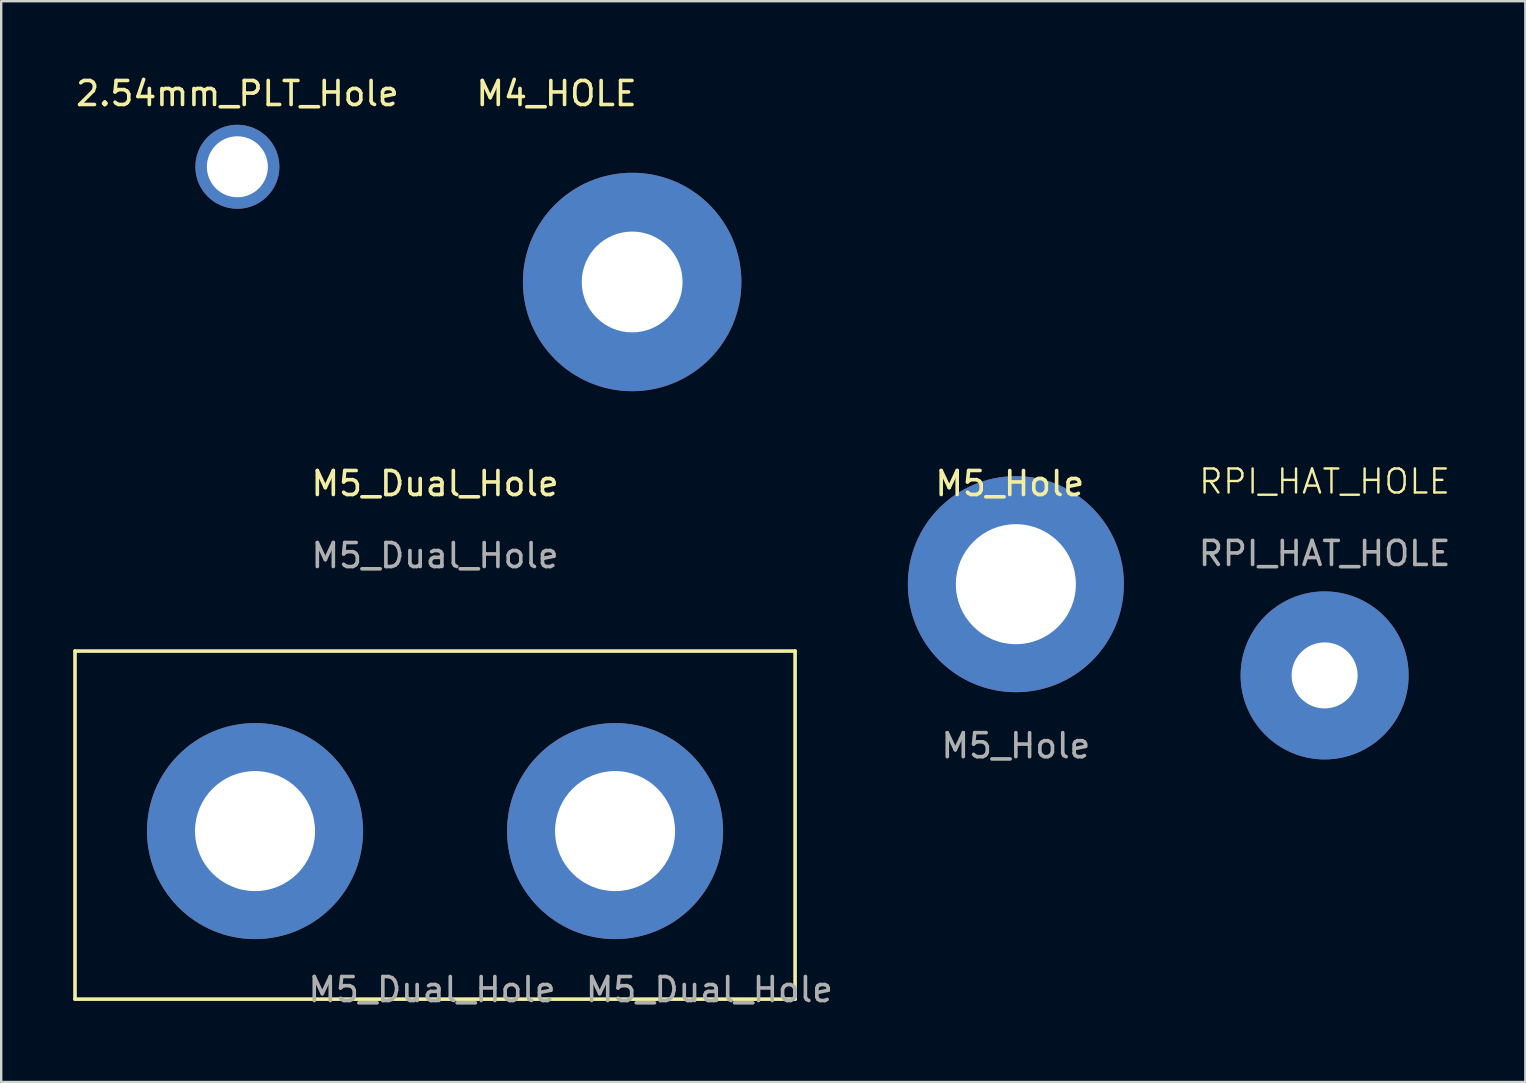
<source format=kicad_pcb>
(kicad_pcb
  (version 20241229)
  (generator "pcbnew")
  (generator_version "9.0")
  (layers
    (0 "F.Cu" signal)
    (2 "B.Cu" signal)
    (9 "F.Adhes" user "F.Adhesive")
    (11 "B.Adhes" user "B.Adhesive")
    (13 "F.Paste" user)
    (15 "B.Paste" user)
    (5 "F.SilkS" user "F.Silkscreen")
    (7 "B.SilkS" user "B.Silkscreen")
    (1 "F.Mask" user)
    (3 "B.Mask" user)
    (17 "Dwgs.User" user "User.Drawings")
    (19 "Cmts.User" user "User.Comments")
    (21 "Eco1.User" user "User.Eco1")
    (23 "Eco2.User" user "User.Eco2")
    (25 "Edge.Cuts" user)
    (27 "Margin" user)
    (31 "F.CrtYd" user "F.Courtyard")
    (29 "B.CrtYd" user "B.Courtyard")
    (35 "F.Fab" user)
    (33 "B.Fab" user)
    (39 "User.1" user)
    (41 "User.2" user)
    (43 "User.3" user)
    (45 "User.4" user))
  (footprint "M5_Hole"
    (layer "F.Cu")
    (at 39.273 21.288)
    (property "Reference" "M5_Hole" (at -0.254 -4.191 0) (unlocked yes) (layer "F.SilkS") (effects (font (size 1 1) (thickness 0.15))))
    (attr through_hole)
    (fp_text user "${REFERENCE}" (at 0 6.731 0) (unlocked yes) (layer "F.Fab") (effects (font (size 1 1) (thickness 0.15))))
    (pad "1" thru_hole circle (at 0 0) (size 9 9) (drill 5) (layers "*.Cu" "*.Mask")))
  (footprint "M5_Dual_Hole"
    (layer "F.Cu")
    (at 15.075 31.575)
    (property "Reference" "M5_Dual_Hole" (at 0 -14.478 0) (unlocked yes) (layer "F.SilkS") (effects (font (size 1 1) (thickness 0.15))))
    (attr through_hole)
    (fp_line (start -15 -7.5) (end 15 -7.5) (stroke (width 0.15) (type default)) (layer "F.SilkS"))
    (fp_line (start -15 7) (end -15 -7.5) (stroke (width 0.15) (type default)) (layer "F.SilkS"))
    (fp_line (start 15 -7.5) (end 15 7) (stroke (width 0.15) (type default)) (layer "F.SilkS"))
    (fp_line (start 15 7) (end -15 7) (stroke (width 0.15) (type default)) (layer "F.SilkS"))
    (fp_text user "${REFERENCE}" (at 11.43 6.604 0) (unlocked yes) (layer "F.Fab") (effects (font (size 1 1) (thickness 0.15))))
    (fp_text user "${REFERENCE}" (at -0.127 6.604 0) (unlocked yes) (layer "F.Fab") (effects (font (size 1 1) (thickness 0.15))))
    (fp_text user "${REFERENCE}" (at 0 -11.478 0) (unlocked yes) (layer "F.Fab") (effects (font (size 1 1) (thickness 0.15))))
    (pad "1" thru_hole circle (at -7.5 0) (size 9 9) (drill 5) (layers "*.Cu" "*.Mask"))
    (pad "2" thru_hole circle (at 7.5 0) (size 9 9) (drill 5) (layers "*.Cu" "*.Mask")))
  (footprint "RPI_HAT_HOLE"
    (layer "F.Cu")
    (at 52.136 25.089)
    (property "Reference" "RPI_HAT_HOLE" (at 0 -8.08 0) (unlocked yes) (layer "F.SilkS") (effects (font (size 1 1) (thickness 0.1))))
    (attr through_hole)
    (fp_text user "${REFERENCE}" (at 0 -5.08 0) (unlocked yes) (layer "F.Fab") (effects (font (size 1 1) (thickness 0.15))))
    (pad "" np_thru_hole circle (at 0 0) (size 7 7) (drill 2.75) (layers "*.Cu" "*.Mask")))
  (footprint "2.54mm_PLT_Hole"
    (layer "F.Cu")
    (at 6.839 3.898)
    (property "Reference" "2.54mm_PLT_Hole" (at 0 -3.05 0) (layer "F.SilkS") (effects (font (size 1 1) (thickness 0.15))))
    (attr through_hole)
    (pad "1" thru_hole circle (at 0 0) (size 3.5 3.5) (drill 2.54) (layers "*.Cu" "*.Mask")))
  (footprint "M4_HOLE"
    (layer "F.Cu")
    (at 23.287 8.698)
    (property "Reference" "M4_HOLE" (at -3.15 -7.85 0) (layer "F.SilkS") (effects (font (size 1 1) (thickness 0.15))))
    (attr through_hole)
    (pad "1" thru_hole circle (at 0 0) (size 9.1 9.1) (drill 4.2) (layers "*.Cu" "*.Mask")))
  (gr_rect
    (start -3 -3)
    (end 60.499 42.027)
    (stroke (width 0.1) (type default))
    (fill no)
    (layer "Edge.Cuts")))
</source>
